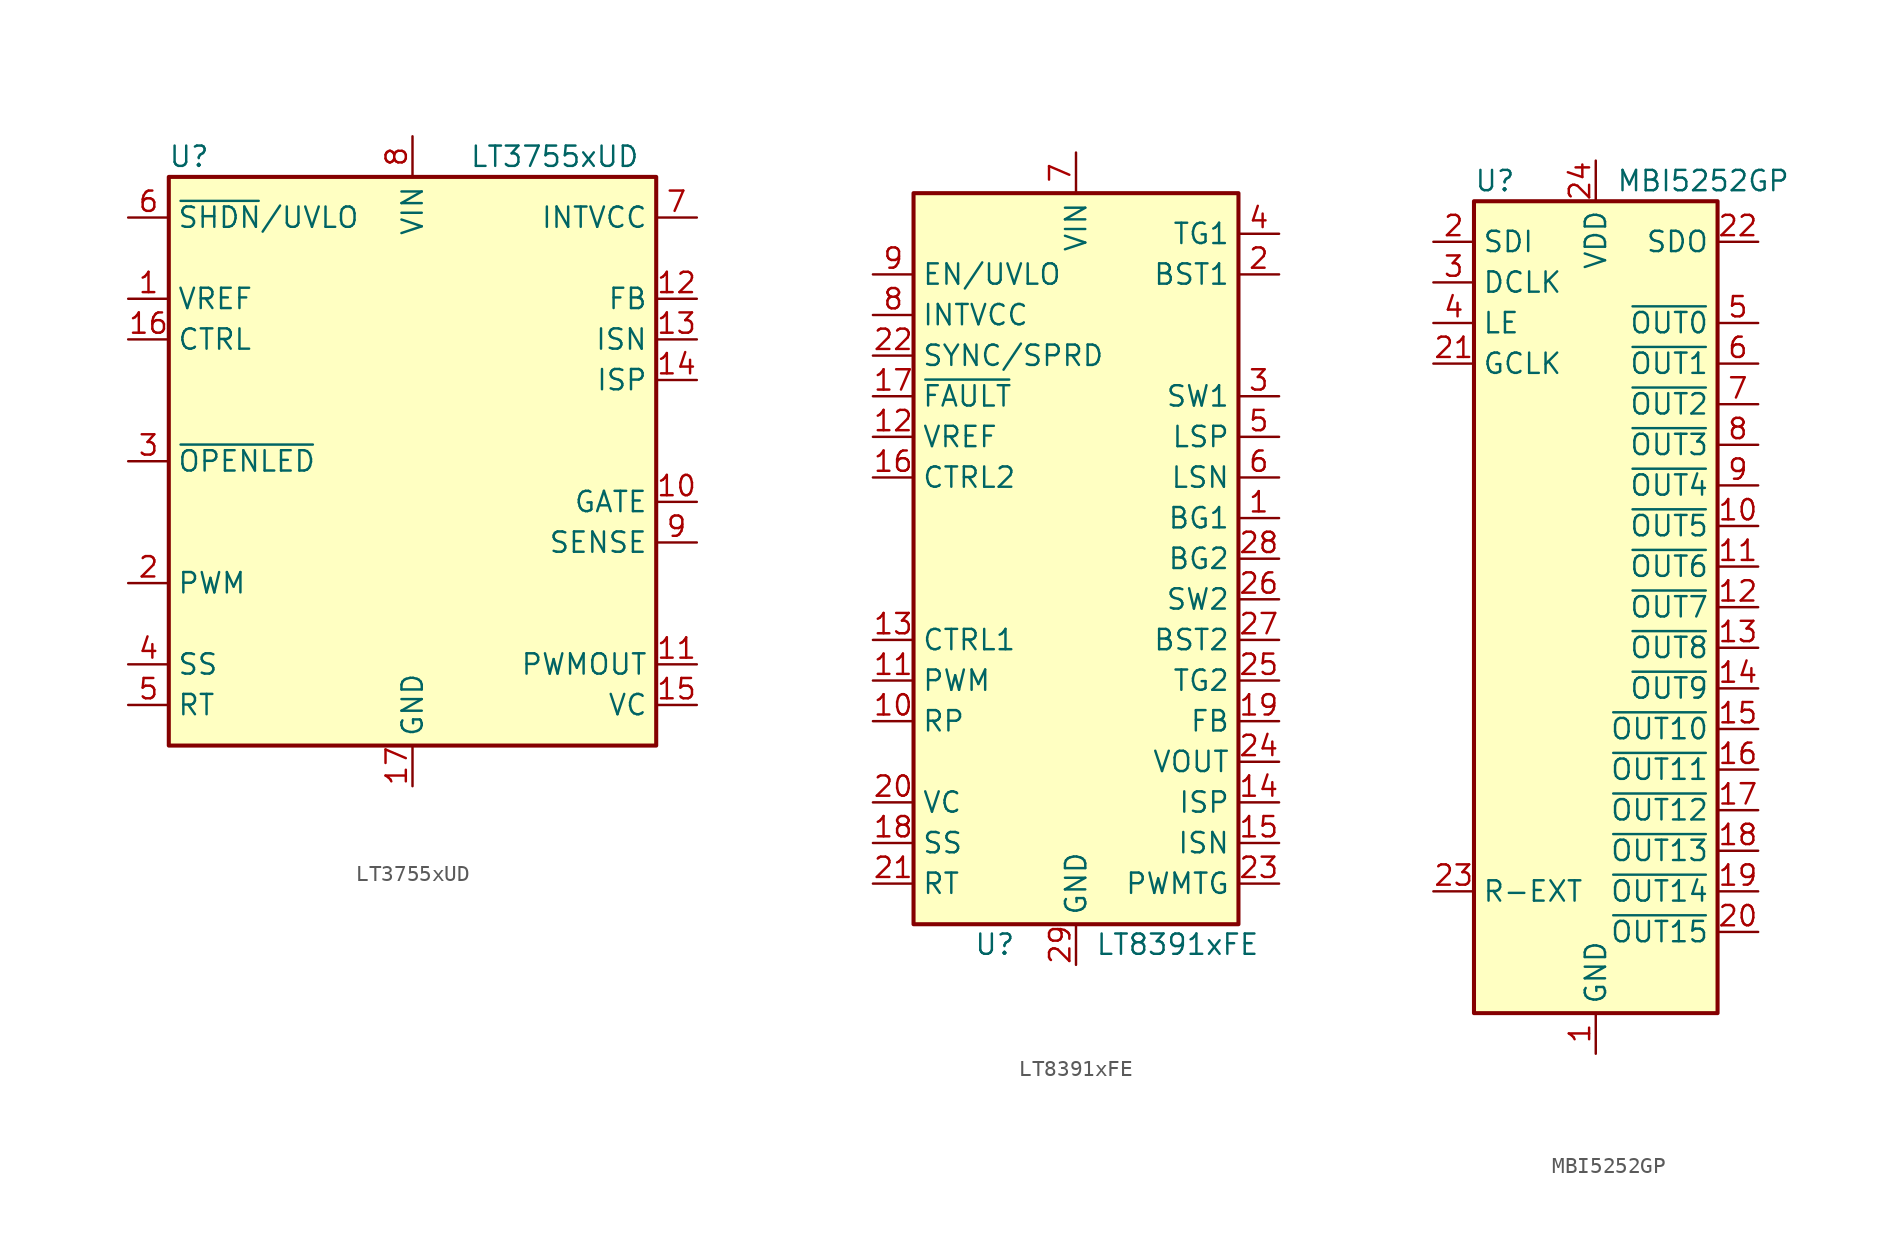
<source format=kicad_sym>
(kicad_symbol_lib
  (version 20211014)
  (generator kicad_symbol_editor)
  (symbol "LT3755xUD"
    (property "Reference" "U"
      (at -13.97 19.05 0)
      (effects (font (size 1.27 1.27))))
    (property "Value" "LT3755xUD"
      (at 8.89 19.05 0)
      (effects (font (size 1.27 1.27))))
    (symbol "LT3755xUD_0_1"
      (rectangle (start -15.24 -17.78) (end 15.24 17.78) (stroke (width 0.254) (type default) (color 0 0 0 0)) (fill (type background))))
    (symbol "LT3755xUD_1_1"
      (pin output line (at -17.78 10.16 0) (length 2.54) (name "VREF" (effects (font (size 1.27 1.27)))) (number "1" (effects (font (size 1.27 1.27)))))
      (pin output line (at 17.78 -2.54 180) (length 2.54) (name "GATE" (effects (font (size 1.27 1.27)))) (number "10" (effects (font (size 1.27 1.27)))))
      (pin output line (at 17.78 -12.7 180) (length 2.54) (name "PWMOUT" (effects (font (size 1.27 1.27)))) (number "11" (effects (font (size 1.27 1.27)))))
      (pin input line (at 17.78 10.16 180) (length 2.54) (name "FB" (effects (font (size 1.27 1.27)))) (number "12" (effects (font (size 1.27 1.27)))))
      (pin input line (at 17.78 7.62 180) (length 2.54) (name "ISN" (effects (font (size 1.27 1.27)))) (number "13" (effects (font (size 1.27 1.27)))))
      (pin input line (at 17.78 5.08 180) (length 2.54) (name "ISP" (effects (font (size 1.27 1.27)))) (number "14" (effects (font (size 1.27 1.27)))))
      (pin output line (at 17.78 -15.24 180) (length 2.54) (name "VC" (effects (font (size 1.27 1.27)))) (number "15" (effects (font (size 1.27 1.27)))))
      (pin input line (at -17.78 7.62 0) (length 2.54) (name "CTRL" (effects (font (size 1.27 1.27)))) (number "16" (effects (font (size 1.27 1.27)))))
      (pin power_in line (at 0 -20.32 90) (length 2.54) (name "GND" (effects (font (size 1.27 1.27)))) (number "17" (effects (font (size 1.27 1.27)))))
      (pin input line (at -17.78 -7.62 0) (length 2.54) (name "PWM" (effects (font (size 1.27 1.27)))) (number "2" (effects (font (size 1.27 1.27)))))
      (pin input line (at -17.78 0 0) (length 2.54) (name "~{OPENLED}" (effects (font (size 1.27 1.27)))) (number "3" (effects (font (size 1.27 1.27)))))
      (pin input line (at -17.78 -12.7 0) (length 2.54) (name "SS" (effects (font (size 1.27 1.27)))) (number "4" (effects (font (size 1.27 1.27)))))
      (pin input line (at -17.78 -15.24 0) (length 2.54) (name "RT" (effects (font (size 1.27 1.27)))) (number "5" (effects (font (size 1.27 1.27)))))
      (pin input line (at -17.78 15.24 0) (length 2.54) (name "~{SHDN}/UVLO" (effects (font (size 1.27 1.27)))) (number "6" (effects (font (size 1.27 1.27)))))
      (pin power_out line (at 17.78 15.24 180) (length 2.54) (name "INTVCC" (effects (font (size 1.27 1.27)))) (number "7" (effects (font (size 1.27 1.27)))))
      (pin power_in line (at 0 20.32 270) (length 2.54) (name "VIN" (effects (font (size 1.27 1.27)))) (number "8" (effects (font (size 1.27 1.27)))))
      (pin input line (at 17.78 -5.08 180) (length 2.54) (name "SENSE" (effects (font (size 1.27 1.27)))) (number "9" (effects (font (size 1.27 1.27)))))))
  (symbol "LT8391xFE"
    (property "Reference" "U"
      (at -5.08 -24.13 0)
      (effects (font (size 1.27 1.27))))
    (property "Value" "LT8391xFE"
      (at 6.35 -24.13 0)
      (effects (font (size 1.27 1.27))))
    (symbol "LT8391xFE_0_1"
      (rectangle (start -10.16 22.86) (end 10.16 -22.86) (stroke (width 0.254) (type default) (color 0 0 0 0)) (fill (type background))))
    (symbol "LT8391xFE_1_1"
      (pin output line (at 12.7 2.54 180) (length 2.54) (name "BG1" (effects (font (size 1.27 1.27)))) (number "1" (effects (font (size 1.27 1.27)))))
      (pin input line (at -12.7 -10.16 0) (length 2.54) (name "RP" (effects (font (size 1.27 1.27)))) (number "10" (effects (font (size 1.27 1.27)))))
      (pin input line (at -12.7 -7.62 0) (length 2.54) (name "PWM" (effects (font (size 1.27 1.27)))) (number "11" (effects (font (size 1.27 1.27)))))
      (pin power_out line (at -12.7 7.62 0) (length 2.54) (name "VREF" (effects (font (size 1.27 1.27)))) (number "12" (effects (font (size 1.27 1.27)))))
      (pin input line (at -12.7 -5.08 0) (length 2.54) (name "CTRL1" (effects (font (size 1.27 1.27)))) (number "13" (effects (font (size 1.27 1.27)))))
      (pin input line (at 12.7 -15.24 180) (length 2.54) (name "ISP" (effects (font (size 1.27 1.27)))) (number "14" (effects (font (size 1.27 1.27)))))
      (pin input line (at 12.7 -17.78 180) (length 2.54) (name "ISN" (effects (font (size 1.27 1.27)))) (number "15" (effects (font (size 1.27 1.27)))))
      (pin input line (at -12.7 5.08 0) (length 2.54) (name "CTRL2" (effects (font (size 1.27 1.27)))) (number "16" (effects (font (size 1.27 1.27)))))
      (pin open_collector line (at -12.7 10.16 0) (length 2.54) (name "~{FAULT}" (effects (font (size 1.27 1.27)))) (number "17" (effects (font (size 1.27 1.27)))))
      (pin passive line (at -12.7 -17.78 0) (length 2.54) (name "SS" (effects (font (size 1.27 1.27)))) (number "18" (effects (font (size 1.27 1.27)))))
      (pin input line (at 12.7 -10.16 180) (length 2.54) (name "FB" (effects (font (size 1.27 1.27)))) (number "19" (effects (font (size 1.27 1.27)))))
      (pin passive line (at 12.7 17.78 180) (length 2.54) (name "BST1" (effects (font (size 1.27 1.27)))) (number "2" (effects (font (size 1.27 1.27)))))
      (pin passive line (at -12.7 -15.24 0) (length 2.54) (name "VC" (effects (font (size 1.27 1.27)))) (number "20" (effects (font (size 1.27 1.27)))))
      (pin passive line (at -12.7 -20.32 0) (length 2.54) (name "RT" (effects (font (size 1.27 1.27)))) (number "21" (effects (font (size 1.27 1.27)))))
      (pin input line (at -12.7 12.7 0) (length 2.54) (name "SYNC/SPRD" (effects (font (size 1.27 1.27)))) (number "22" (effects (font (size 1.27 1.27)))))
      (pin output line (at 12.7 -20.32 180) (length 2.54) (name "PWMTG" (effects (font (size 1.27 1.27)))) (number "23" (effects (font (size 1.27 1.27)))))
      (pin power_in line (at 12.7 -12.7 180) (length 2.54) (name "VOUT" (effects (font (size 1.27 1.27)))) (number "24" (effects (font (size 1.27 1.27)))))
      (pin output line (at 12.7 -7.62 180) (length 2.54) (name "TG2" (effects (font (size 1.27 1.27)))) (number "25" (effects (font (size 1.27 1.27)))))
      (pin passive line (at 12.7 -2.54 180) (length 2.54) (name "SW2" (effects (font (size 1.27 1.27)))) (number "26" (effects (font (size 1.27 1.27)))))
      (pin passive line (at 12.7 -5.08 180) (length 2.54) (name "BST2" (effects (font (size 1.27 1.27)))) (number "27" (effects (font (size 1.27 1.27)))))
      (pin output line (at 12.7 0 180) (length 2.54) (name "BG2" (effects (font (size 1.27 1.27)))) (number "28" (effects (font (size 1.27 1.27)))))
      (pin power_in line (at 0 -25.4 90) (length 2.54) (name "GND" (effects (font (size 1.27 1.27)))) (number "29" (effects (font (size 1.27 1.27)))))
      (pin passive line (at 12.7 10.16 180) (length 2.54) (name "SW1" (effects (font (size 1.27 1.27)))) (number "3" (effects (font (size 1.27 1.27)))))
      (pin output line (at 12.7 20.32 180) (length 2.54) (name "TG1" (effects (font (size 1.27 1.27)))) (number "4" (effects (font (size 1.27 1.27)))))
      (pin input line (at 12.7 7.62 180) (length 2.54) (name "LSP" (effects (font (size 1.27 1.27)))) (number "5" (effects (font (size 1.27 1.27)))))
      (pin input line (at 12.7 5.08 180) (length 2.54) (name "LSN" (effects (font (size 1.27 1.27)))) (number "6" (effects (font (size 1.27 1.27)))))
      (pin power_in line (at 0 25.4 270) (length 2.54) (name "VIN" (effects (font (size 1.27 1.27)))) (number "7" (effects (font (size 1.27 1.27)))))
      (pin power_out line (at -12.7 15.24 0) (length 2.54) (name "INTVCC" (effects (font (size 1.27 1.27)))) (number "8" (effects (font (size 1.27 1.27)))))
      (pin input line (at -12.7 17.78 0) (length 2.54) (name "EN/UVLO" (effects (font (size 1.27 1.27)))) (number "9" (effects (font (size 1.27 1.27)))))))
  (symbol "MBI5252GP"
    (property "Reference" "U"
      (at -7.62 26.67 0)
      (effects (font (size 1.27 1.27)) (justify left)))
    (property "Value" "MBI5252GP"
      (at 1.27 26.67 0)
      (effects (font (size 1.27 1.27)) (justify left)))
    (symbol "MBI5252GP_0_1"
      (rectangle (start -7.62 25.4) (end 7.62 -25.4) (stroke (width 0.254) (type default) (color 0 0 0 0)) (fill (type background))))
    (symbol "MBI5252GP_1_1"
      (pin power_in line (at 0 -27.94 90) (length 2.54) (name "GND" (effects (font (size 1.27 1.27)))) (number "1" (effects (font (size 1.27 1.27)))))
      (pin open_collector line (at 10.16 5.08 180) (length 2.54) (name "~{OUT5}" (effects (font (size 1.27 1.27)))) (number "10" (effects (font (size 1.27 1.27)))))
      (pin open_collector line (at 10.16 2.54 180) (length 2.54) (name "~{OUT6}" (effects (font (size 1.27 1.27)))) (number "11" (effects (font (size 1.27 1.27)))))
      (pin open_collector line (at 10.16 0 180) (length 2.54) (name "~{OUT7}" (effects (font (size 1.27 1.27)))) (number "12" (effects (font (size 1.27 1.27)))))
      (pin open_collector line (at 10.16 -2.54 180) (length 2.54) (name "~{OUT8}" (effects (font (size 1.27 1.27)))) (number "13" (effects (font (size 1.27 1.27)))))
      (pin open_collector line (at 10.16 -5.08 180) (length 2.54) (name "~{OUT9}" (effects (font (size 1.27 1.27)))) (number "14" (effects (font (size 1.27 1.27)))))
      (pin open_collector line (at 10.16 -7.62 180) (length 2.54) (name "~{OUT10}" (effects (font (size 1.27 1.27)))) (number "15" (effects (font (size 1.27 1.27)))))
      (pin open_collector line (at 10.16 -10.16 180) (length 2.54) (name "~{OUT11}" (effects (font (size 1.27 1.27)))) (number "16" (effects (font (size 1.27 1.27)))))
      (pin open_collector line (at 10.16 -12.7 180) (length 2.54) (name "~{OUT12}" (effects (font (size 1.27 1.27)))) (number "17" (effects (font (size 1.27 1.27)))))
      (pin open_collector line (at 10.16 -15.24 180) (length 2.54) (name "~{OUT13}" (effects (font (size 1.27 1.27)))) (number "18" (effects (font (size 1.27 1.27)))))
      (pin open_collector line (at 10.16 -17.78 180) (length 2.54) (name "~{OUT14}" (effects (font (size 1.27 1.27)))) (number "19" (effects (font (size 1.27 1.27)))))
      (pin input line (at -10.16 22.86 0) (length 2.54) (name "SDI" (effects (font (size 1.27 1.27)))) (number "2" (effects (font (size 1.27 1.27)))))
      (pin open_collector line (at 10.16 -20.32 180) (length 2.54) (name "~{OUT15}" (effects (font (size 1.27 1.27)))) (number "20" (effects (font (size 1.27 1.27)))))
      (pin input line (at -10.16 15.24 0) (length 2.54) (name "GCLK" (effects (font (size 1.27 1.27)))) (number "21" (effects (font (size 1.27 1.27)))))
      (pin output line (at 10.16 22.86 180) (length 2.54) (name "SDO" (effects (font (size 1.27 1.27)))) (number "22" (effects (font (size 1.27 1.27)))))
      (pin passive line (at -10.16 -17.78 0) (length 2.54) (name "R-EXT" (effects (font (size 1.27 1.27)))) (number "23" (effects (font (size 1.27 1.27)))))
      (pin power_in line (at 0 27.94 270) (length 2.54) (name "VDD" (effects (font (size 1.27 1.27)))) (number "24" (effects (font (size 1.27 1.27)))))
      (pin input line (at -10.16 20.32 0) (length 2.54) (name "DCLK" (effects (font (size 1.27 1.27)))) (number "3" (effects (font (size 1.27 1.27)))))
      (pin input line (at -10.16 17.78 0) (length 2.54) (name "LE" (effects (font (size 1.27 1.27)))) (number "4" (effects (font (size 1.27 1.27)))))
      (pin open_collector line (at 10.16 17.78 180) (length 2.54) (name "~{OUT0}" (effects (font (size 1.27 1.27)))) (number "5" (effects (font (size 1.27 1.27)))))
      (pin open_collector line (at 10.16 15.24 180) (length 2.54) (name "~{OUT1}" (effects (font (size 1.27 1.27)))) (number "6" (effects (font (size 1.27 1.27)))))
      (pin open_collector line (at 10.16 12.7 180) (length 2.54) (name "~{OUT2}" (effects (font (size 1.27 1.27)))) (number "7" (effects (font (size 1.27 1.27)))))
      (pin open_collector line (at 10.16 10.16 180) (length 2.54) (name "~{OUT3}" (effects (font (size 1.27 1.27)))) (number "8" (effects (font (size 1.27 1.27)))))
      (pin open_collector line (at 10.16 7.62 180) (length 2.54) (name "~{OUT4}" (effects (font (size 1.27 1.27)))) (number "9" (effects (font (size 1.27 1.27))))))))
</source>
